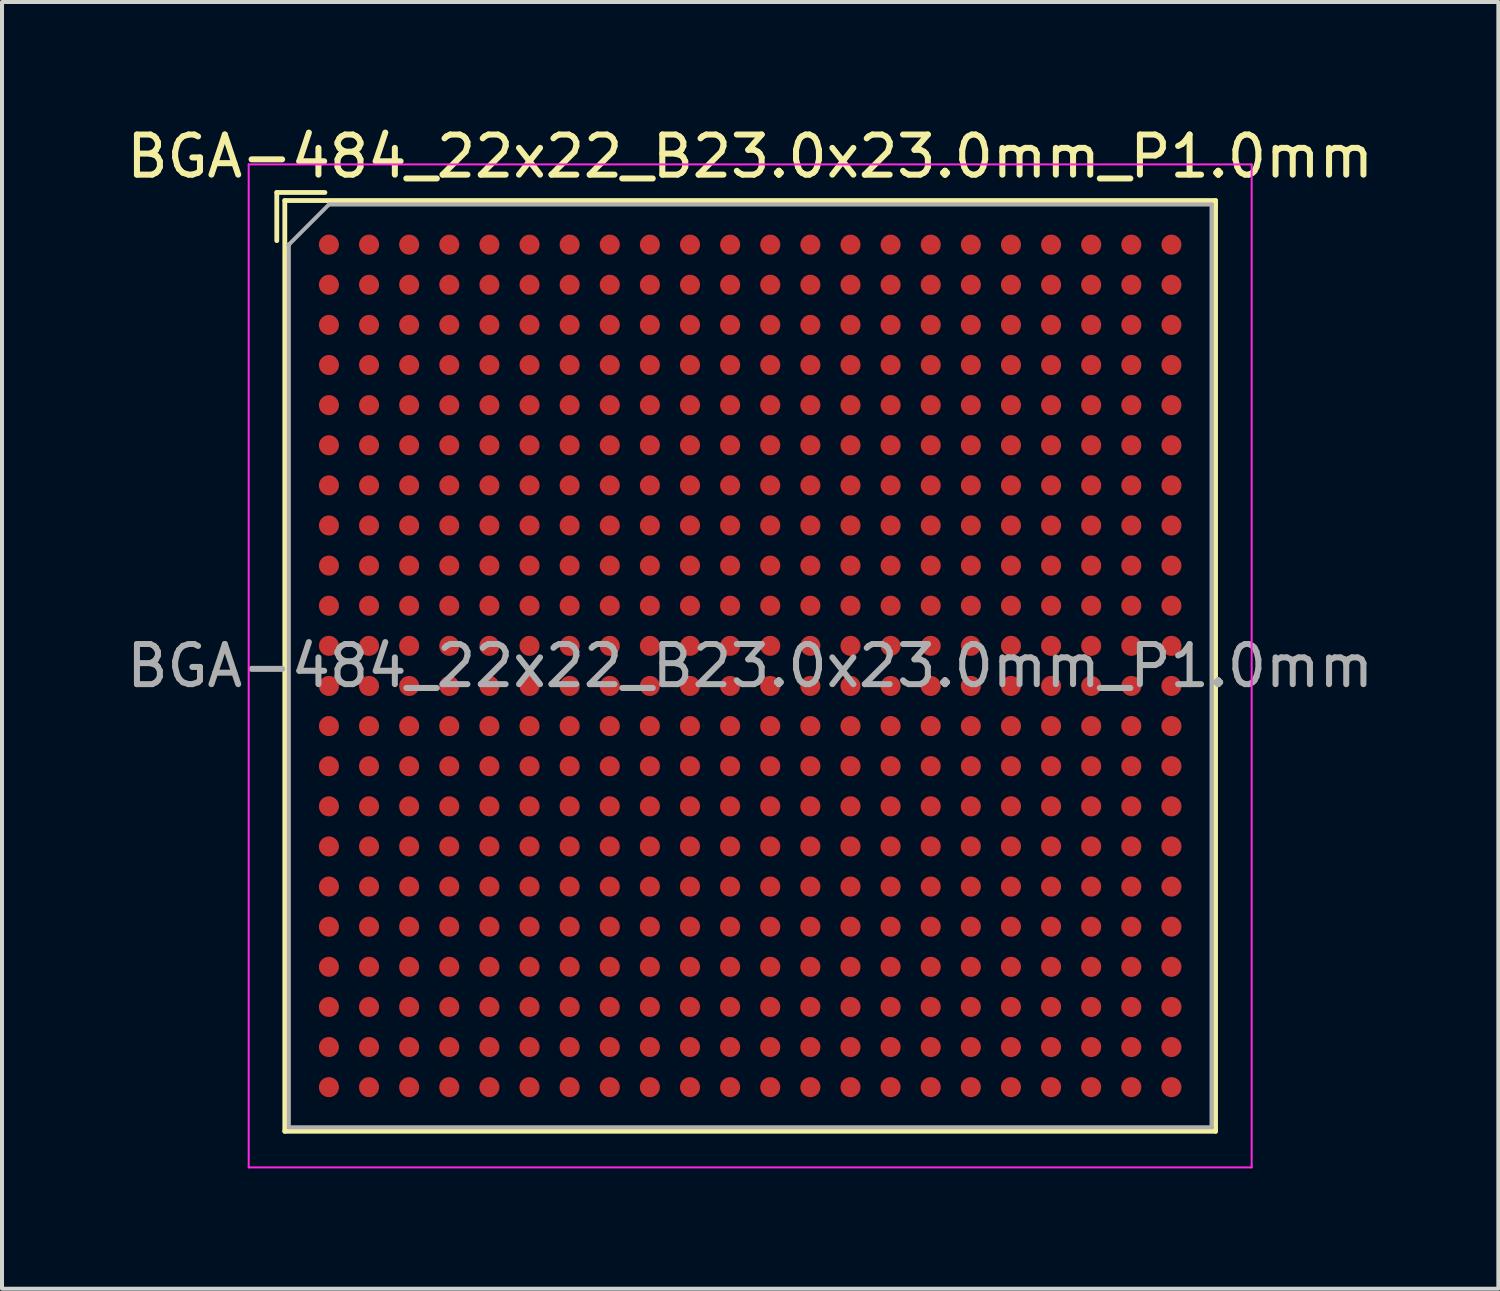
<source format=kicad_pcb>
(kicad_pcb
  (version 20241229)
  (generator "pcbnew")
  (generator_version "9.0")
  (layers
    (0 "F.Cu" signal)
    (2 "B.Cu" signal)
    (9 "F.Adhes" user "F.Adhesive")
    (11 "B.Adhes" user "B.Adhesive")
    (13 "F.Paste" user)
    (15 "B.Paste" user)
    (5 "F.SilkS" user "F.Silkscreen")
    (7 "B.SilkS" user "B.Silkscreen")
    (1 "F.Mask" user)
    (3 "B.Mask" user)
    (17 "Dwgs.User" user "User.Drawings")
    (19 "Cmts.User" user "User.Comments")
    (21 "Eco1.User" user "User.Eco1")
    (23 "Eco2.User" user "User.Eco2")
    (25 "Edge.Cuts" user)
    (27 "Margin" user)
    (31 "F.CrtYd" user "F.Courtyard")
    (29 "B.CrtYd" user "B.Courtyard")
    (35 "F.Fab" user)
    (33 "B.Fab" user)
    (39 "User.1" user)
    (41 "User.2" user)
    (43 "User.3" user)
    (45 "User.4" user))
  (footprint "BGA-484_22x22_B23.0x23.0mm_P1.0mm"
    (layer "F.Cu")
    (at 15.649 13.548)
    (property "Reference" "BGA-484_22x22_B23.0x23.0mm_P1.0mm" (at 0 -12.7 0) (layer "F.SilkS") (effects (font (size 1 1) (thickness 0.15))))
    (attr smd)
    (fp_line (start -11.8 -11.8) (end -11.8 -10.6) (stroke (width 0.12) (type solid)) (layer "F.SilkS"))
    (fp_line (start -11.6 -11.6) (end 11.6 -11.6) (stroke (width 0.12) (type solid)) (layer "F.SilkS"))
    (fp_line (start -11.6 11.6) (end -11.6 -11.6) (stroke (width 0.12) (type solid)) (layer "F.SilkS"))
    (fp_line (start -10.6 -11.8) (end -11.8 -11.8) (stroke (width 0.12) (type solid)) (layer "F.SilkS"))
    (fp_line (start 11.6 -11.6) (end 11.6 11.6) (stroke (width 0.12) (type solid)) (layer "F.SilkS"))
    (fp_line (start 11.6 11.6) (end -11.6 11.6) (stroke (width 0.12) (type solid)) (layer "F.SilkS"))
    (fp_line (start -12.5 -12.5) (end -12.5 12.5) (stroke (width 0.05) (type solid)) (layer "F.CrtYd"))
    (fp_line (start -12.5 -12.5) (end 12.5 -12.5) (stroke (width 0.05) (type solid)) (layer "F.CrtYd"))
    (fp_line (start 12.5 12.5) (end -12.5 12.5) (stroke (width 0.05) (type solid)) (layer "F.CrtYd"))
    (fp_line (start 12.5 12.5) (end 12.5 -12.5) (stroke (width 0.05) (type solid)) (layer "F.CrtYd"))
    (fp_line (start -11.5 -10.5) (end -11.5 -10.5) (stroke (width 0.12) (type solid)) (layer "F.Fab"))
    (fp_line (start -11.5 11.5) (end -11.5 -10.5) (stroke (width 0.1) (type solid)) (layer "F.Fab"))
    (fp_line (start -10.5 -11.5) (end -11.5 -10.5) (stroke (width 0.1) (type solid)) (layer "F.Fab"))
    (fp_line (start -10.5 -11.5) (end 11.5 -11.5) (stroke (width 0.1) (type solid)) (layer "F.Fab"))
    (fp_line (start 11.5 -11.5) (end 11.5 11.5) (stroke (width 0.1) (type solid)) (layer "F.Fab"))
    (fp_line (start 11.5 11.5) (end -11.5 11.5) (stroke (width 0.1) (type solid)) (layer "F.Fab"))
    (fp_text user "${REFERENCE}" (at 0 0 0) (layer "F.Fab") (effects (font (size 1 1) (thickness 0.15))))
    (pad "A1" smd circle (at -10.5 -10.5) (size 0.5 0.5) (layers "F.Cu" "F.Mask" "F.Paste"))
    (pad "A2" smd circle (at -9.5 -10.5) (size 0.5 0.5) (layers "F.Cu" "F.Mask" "F.Paste"))
    (pad "A3" smd circle (at -8.5 -10.5) (size 0.5 0.5) (layers "F.Cu" "F.Mask" "F.Paste"))
    (pad "A4" smd circle (at -7.5 -10.5) (size 0.5 0.5) (layers "F.Cu" "F.Mask" "F.Paste"))
    (pad "A5" smd circle (at -6.5 -10.5) (size 0.5 0.5) (layers "F.Cu" "F.Mask" "F.Paste"))
    (pad "A6" smd circle (at -5.5 -10.5) (size 0.5 0.5) (layers "F.Cu" "F.Mask" "F.Paste"))
    (pad "A7" smd circle (at -4.5 -10.5) (size 0.5 0.5) (layers "F.Cu" "F.Mask" "F.Paste"))
    (pad "A8" smd circle (at -3.5 -10.5) (size 0.5 0.5) (layers "F.Cu" "F.Mask" "F.Paste"))
    (pad "A9" smd circle (at -2.5 -10.5) (size 0.5 0.5) (layers "F.Cu" "F.Mask" "F.Paste"))
    (pad "A10" smd circle (at -1.5 -10.5) (size 0.5 0.5) (layers "F.Cu" "F.Mask" "F.Paste"))
    (pad "A11" smd circle (at -0.5 -10.5) (size 0.5 0.5) (layers "F.Cu" "F.Mask" "F.Paste"))
    (pad "A12" smd circle (at 0.5 -10.5) (size 0.5 0.5) (layers "F.Cu" "F.Mask" "F.Paste"))
    (pad "A13" smd circle (at 1.5 -10.5) (size 0.5 0.5) (layers "F.Cu" "F.Mask" "F.Paste"))
    (pad "A14" smd circle (at 2.5 -10.5) (size 0.5 0.5) (layers "F.Cu" "F.Mask" "F.Paste"))
    (pad "A15" smd circle (at 3.5 -10.5) (size 0.5 0.5) (layers "F.Cu" "F.Mask" "F.Paste"))
    (pad "A16" smd circle (at 4.5 -10.5) (size 0.5 0.5) (layers "F.Cu" "F.Mask" "F.Paste"))
    (pad "A17" smd circle (at 5.5 -10.5) (size 0.5 0.5) (layers "F.Cu" "F.Mask" "F.Paste"))
    (pad "A18" smd circle (at 6.5 -10.5) (size 0.5 0.5) (layers "F.Cu" "F.Mask" "F.Paste"))
    (pad "A19" smd circle (at 7.5 -10.5) (size 0.5 0.5) (layers "F.Cu" "F.Mask" "F.Paste"))
    (pad "A20" smd circle (at 8.5 -10.5) (size 0.5 0.5) (layers "F.Cu" "F.Mask" "F.Paste"))
    (pad "A21" smd circle (at 9.5 -10.5) (size 0.5 0.5) (layers "F.Cu" "F.Mask" "F.Paste"))
    (pad "A22" smd circle (at 10.5 -10.5) (size 0.5 0.5) (layers "F.Cu" "F.Mask" "F.Paste"))
    (pad "AA1" smd circle (at -10.5 9.5) (size 0.5 0.5) (layers "F.Cu" "F.Mask" "F.Paste"))
    (pad "AA2" smd circle (at -9.5 9.5) (size 0.5 0.5) (layers "F.Cu" "F.Mask" "F.Paste"))
    (pad "AA3" smd circle (at -8.5 9.5) (size 0.5 0.5) (layers "F.Cu" "F.Mask" "F.Paste"))
    (pad "AA4" smd circle (at -7.5 9.5) (size 0.5 0.5) (layers "F.Cu" "F.Mask" "F.Paste"))
    (pad "AA5" smd circle (at -6.5 9.5) (size 0.5 0.5) (layers "F.Cu" "F.Mask" "F.Paste"))
    (pad "AA6" smd circle (at -5.5 9.5) (size 0.5 0.5) (layers "F.Cu" "F.Mask" "F.Paste"))
    (pad "AA7" smd circle (at -4.5 9.5) (size 0.5 0.5) (layers "F.Cu" "F.Mask" "F.Paste"))
    (pad "AA8" smd circle (at -3.5 9.5) (size 0.5 0.5) (layers "F.Cu" "F.Mask" "F.Paste"))
    (pad "AA9" smd circle (at -2.5 9.5) (size 0.5 0.5) (layers "F.Cu" "F.Mask" "F.Paste"))
    (pad "AA10" smd circle (at -1.5 9.5) (size 0.5 0.5) (layers "F.Cu" "F.Mask" "F.Paste"))
    (pad "AA11" smd circle (at -0.5 9.5) (size 0.5 0.5) (layers "F.Cu" "F.Mask" "F.Paste"))
    (pad "AA12" smd circle (at 0.5 9.5) (size 0.5 0.5) (layers "F.Cu" "F.Mask" "F.Paste"))
    (pad "AA13" smd circle (at 1.5 9.5) (size 0.5 0.5) (layers "F.Cu" "F.Mask" "F.Paste"))
    (pad "AA14" smd circle (at 2.5 9.5) (size 0.5 0.5) (layers "F.Cu" "F.Mask" "F.Paste"))
    (pad "AA15" smd circle (at 3.5 9.5) (size 0.5 0.5) (layers "F.Cu" "F.Mask" "F.Paste"))
    (pad "AA16" smd circle (at 4.5 9.5) (size 0.5 0.5) (layers "F.Cu" "F.Mask" "F.Paste"))
    (pad "AA17" smd circle (at 5.5 9.5) (size 0.5 0.5) (layers "F.Cu" "F.Mask" "F.Paste"))
    (pad "AA18" smd circle (at 6.5 9.5) (size 0.5 0.5) (layers "F.Cu" "F.Mask" "F.Paste"))
    (pad "AA19" smd circle (at 7.5 9.5) (size 0.5 0.5) (layers "F.Cu" "F.Mask" "F.Paste"))
    (pad "AA20" smd circle (at 8.5 9.5) (size 0.5 0.5) (layers "F.Cu" "F.Mask" "F.Paste"))
    (pad "AA21" smd circle (at 9.5 9.5) (size 0.5 0.5) (layers "F.Cu" "F.Mask" "F.Paste"))
    (pad "AA22" smd circle (at 10.5 9.5) (size 0.5 0.5) (layers "F.Cu" "F.Mask" "F.Paste"))
    (pad "AB1" smd circle (at -10.5 10.5) (size 0.5 0.5) (layers "F.Cu" "F.Mask" "F.Paste"))
    (pad "AB2" smd circle (at -9.5 10.5) (size 0.5 0.5) (layers "F.Cu" "F.Mask" "F.Paste"))
    (pad "AB3" smd circle (at -8.5 10.5) (size 0.5 0.5) (layers "F.Cu" "F.Mask" "F.Paste"))
    (pad "AB4" smd circle (at -7.5 10.5) (size 0.5 0.5) (layers "F.Cu" "F.Mask" "F.Paste"))
    (pad "AB5" smd circle (at -6.5 10.5) (size 0.5 0.5) (layers "F.Cu" "F.Mask" "F.Paste"))
    (pad "AB6" smd circle (at -5.5 10.5) (size 0.5 0.5) (layers "F.Cu" "F.Mask" "F.Paste"))
    (pad "AB7" smd circle (at -4.5 10.5) (size 0.5 0.5) (layers "F.Cu" "F.Mask" "F.Paste"))
    (pad "AB8" smd circle (at -3.5 10.5) (size 0.5 0.5) (layers "F.Cu" "F.Mask" "F.Paste"))
    (pad "AB9" smd circle (at -2.5 10.5) (size 0.5 0.5) (layers "F.Cu" "F.Mask" "F.Paste"))
    (pad "AB10" smd circle (at -1.5 10.5) (size 0.5 0.5) (layers "F.Cu" "F.Mask" "F.Paste"))
    (pad "AB11" smd circle (at -0.5 10.5) (size 0.5 0.5) (layers "F.Cu" "F.Mask" "F.Paste"))
    (pad "AB12" smd circle (at 0.5 10.5) (size 0.5 0.5) (layers "F.Cu" "F.Mask" "F.Paste"))
    (pad "AB13" smd circle (at 1.5 10.5) (size 0.5 0.5) (layers "F.Cu" "F.Mask" "F.Paste"))
    (pad "AB14" smd circle (at 2.5 10.5) (size 0.5 0.5) (layers "F.Cu" "F.Mask" "F.Paste"))
    (pad "AB15" smd circle (at 3.5 10.5) (size 0.5 0.5) (layers "F.Cu" "F.Mask" "F.Paste"))
    (pad "AB16" smd circle (at 4.5 10.5) (size 0.5 0.5) (layers "F.Cu" "F.Mask" "F.Paste"))
    (pad "AB17" smd circle (at 5.5 10.5) (size 0.5 0.5) (layers "F.Cu" "F.Mask" "F.Paste"))
    (pad "AB18" smd circle (at 6.5 10.5) (size 0.5 0.5) (layers "F.Cu" "F.Mask" "F.Paste"))
    (pad "AB19" smd circle (at 7.5 10.5) (size 0.5 0.5) (layers "F.Cu" "F.Mask" "F.Paste"))
    (pad "AB20" smd circle (at 8.5 10.5) (size 0.5 0.5) (layers "F.Cu" "F.Mask" "F.Paste"))
    (pad "AB21" smd circle (at 9.5 10.5) (size 0.5 0.5) (layers "F.Cu" "F.Mask" "F.Paste"))
    (pad "AB22" smd circle (at 10.5 10.5) (size 0.5 0.5) (layers "F.Cu" "F.Mask" "F.Paste"))
    (pad "B1" smd circle (at -10.5 -9.5) (size 0.5 0.5) (layers "F.Cu" "F.Mask" "F.Paste"))
    (pad "B2" smd circle (at -9.5 -9.5) (size 0.5 0.5) (layers "F.Cu" "F.Mask" "F.Paste"))
    (pad "B3" smd circle (at -8.5 -9.5) (size 0.5 0.5) (layers "F.Cu" "F.Mask" "F.Paste"))
    (pad "B4" smd circle (at -7.5 -9.5) (size 0.5 0.5) (layers "F.Cu" "F.Mask" "F.Paste"))
    (pad "B5" smd circle (at -6.5 -9.5) (size 0.5 0.5) (layers "F.Cu" "F.Mask" "F.Paste"))
    (pad "B6" smd circle (at -5.5 -9.5) (size 0.5 0.5) (layers "F.Cu" "F.Mask" "F.Paste"))
    (pad "B7" smd circle (at -4.5 -9.5) (size 0.5 0.5) (layers "F.Cu" "F.Mask" "F.Paste"))
    (pad "B8" smd circle (at -3.5 -9.5) (size 0.5 0.5) (layers "F.Cu" "F.Mask" "F.Paste"))
    (pad "B9" smd circle (at -2.5 -9.5) (size 0.5 0.5) (layers "F.Cu" "F.Mask" "F.Paste"))
    (pad "B10" smd circle (at -1.5 -9.5) (size 0.5 0.5) (layers "F.Cu" "F.Mask" "F.Paste"))
    (pad "B11" smd circle (at -0.5 -9.5) (size 0.5 0.5) (layers "F.Cu" "F.Mask" "F.Paste"))
    (pad "B12" smd circle (at 0.5 -9.5) (size 0.5 0.5) (layers "F.Cu" "F.Mask" "F.Paste"))
    (pad "B13" smd circle (at 1.5 -9.5) (size 0.5 0.5) (layers "F.Cu" "F.Mask" "F.Paste"))
    (pad "B14" smd circle (at 2.5 -9.5) (size 0.5 0.5) (layers "F.Cu" "F.Mask" "F.Paste"))
    (pad "B15" smd circle (at 3.5 -9.5) (size 0.5 0.5) (layers "F.Cu" "F.Mask" "F.Paste"))
    (pad "B16" smd circle (at 4.5 -9.5) (size 0.5 0.5) (layers "F.Cu" "F.Mask" "F.Paste"))
    (pad "B17" smd circle (at 5.5 -9.5) (size 0.5 0.5) (layers "F.Cu" "F.Mask" "F.Paste"))
    (pad "B18" smd circle (at 6.5 -9.5) (size 0.5 0.5) (layers "F.Cu" "F.Mask" "F.Paste"))
    (pad "B19" smd circle (at 7.5 -9.5) (size 0.5 0.5) (layers "F.Cu" "F.Mask" "F.Paste"))
    (pad "B20" smd circle (at 8.5 -9.5) (size 0.5 0.5) (layers "F.Cu" "F.Mask" "F.Paste"))
    (pad "B21" smd circle (at 9.5 -9.5) (size 0.5 0.5) (layers "F.Cu" "F.Mask" "F.Paste"))
    (pad "B22" smd circle (at 10.5 -9.5) (size 0.5 0.5) (layers "F.Cu" "F.Mask" "F.Paste"))
    (pad "C1" smd circle (at -10.5 -8.5) (size 0.5 0.5) (layers "F.Cu" "F.Mask" "F.Paste"))
    (pad "C2" smd circle (at -9.5 -8.5) (size 0.5 0.5) (layers "F.Cu" "F.Mask" "F.Paste"))
    (pad "C3" smd circle (at -8.5 -8.5) (size 0.5 0.5) (layers "F.Cu" "F.Mask" "F.Paste"))
    (pad "C4" smd circle (at -7.5 -8.5) (size 0.5 0.5) (layers "F.Cu" "F.Mask" "F.Paste"))
    (pad "C5" smd circle (at -6.5 -8.5) (size 0.5 0.5) (layers "F.Cu" "F.Mask" "F.Paste"))
    (pad "C6" smd circle (at -5.5 -8.5) (size 0.5 0.5) (layers "F.Cu" "F.Mask" "F.Paste"))
    (pad "C7" smd circle (at -4.5 -8.5) (size 0.5 0.5) (layers "F.Cu" "F.Mask" "F.Paste"))
    (pad "C8" smd circle (at -3.5 -8.5) (size 0.5 0.5) (layers "F.Cu" "F.Mask" "F.Paste"))
    (pad "C9" smd circle (at -2.5 -8.5) (size 0.5 0.5) (layers "F.Cu" "F.Mask" "F.Paste"))
    (pad "C10" smd circle (at -1.5 -8.5) (size 0.5 0.5) (layers "F.Cu" "F.Mask" "F.Paste"))
    (pad "C11" smd circle (at -0.5 -8.5) (size 0.5 0.5) (layers "F.Cu" "F.Mask" "F.Paste"))
    (pad "C12" smd circle (at 0.5 -8.5) (size 0.5 0.5) (layers "F.Cu" "F.Mask" "F.Paste"))
    (pad "C13" smd circle (at 1.5 -8.5) (size 0.5 0.5) (layers "F.Cu" "F.Mask" "F.Paste"))
    (pad "C14" smd circle (at 2.5 -8.5) (size 0.5 0.5) (layers "F.Cu" "F.Mask" "F.Paste"))
    (pad "C15" smd circle (at 3.5 -8.5) (size 0.5 0.5) (layers "F.Cu" "F.Mask" "F.Paste"))
    (pad "C16" smd circle (at 4.5 -8.5) (size 0.5 0.5) (layers "F.Cu" "F.Mask" "F.Paste"))
    (pad "C17" smd circle (at 5.5 -8.5) (size 0.5 0.5) (layers "F.Cu" "F.Mask" "F.Paste"))
    (pad "C18" smd circle (at 6.5 -8.5) (size 0.5 0.5) (layers "F.Cu" "F.Mask" "F.Paste"))
    (pad "C19" smd circle (at 7.5 -8.5) (size 0.5 0.5) (layers "F.Cu" "F.Mask" "F.Paste"))
    (pad "C20" smd circle (at 8.5 -8.5) (size 0.5 0.5) (layers "F.Cu" "F.Mask" "F.Paste"))
    (pad "C21" smd circle (at 9.5 -8.5) (size 0.5 0.5) (layers "F.Cu" "F.Mask" "F.Paste"))
    (pad "C22" smd circle (at 10.5 -8.5) (size 0.5 0.5) (layers "F.Cu" "F.Mask" "F.Paste"))
    (pad "D1" smd circle (at -10.5 -7.5) (size 0.5 0.5) (layers "F.Cu" "F.Mask" "F.Paste"))
    (pad "D2" smd circle (at -9.5 -7.5) (size 0.5 0.5) (layers "F.Cu" "F.Mask" "F.Paste"))
    (pad "D3" smd circle (at -8.5 -7.5) (size 0.5 0.5) (layers "F.Cu" "F.Mask" "F.Paste"))
    (pad "D4" smd circle (at -7.5 -7.5) (size 0.5 0.5) (layers "F.Cu" "F.Mask" "F.Paste"))
    (pad "D5" smd circle (at -6.5 -7.5) (size 0.5 0.5) (layers "F.Cu" "F.Mask" "F.Paste"))
    (pad "D6" smd circle (at -5.5 -7.5) (size 0.5 0.5) (layers "F.Cu" "F.Mask" "F.Paste"))
    (pad "D7" smd circle (at -4.5 -7.5) (size 0.5 0.5) (layers "F.Cu" "F.Mask" "F.Paste"))
    (pad "D8" smd circle (at -3.5 -7.5) (size 0.5 0.5) (layers "F.Cu" "F.Mask" "F.Paste"))
    (pad "D9" smd circle (at -2.5 -7.5) (size 0.5 0.5) (layers "F.Cu" "F.Mask" "F.Paste"))
    (pad "D10" smd circle (at -1.5 -7.5) (size 0.5 0.5) (layers "F.Cu" "F.Mask" "F.Paste"))
    (pad "D11" smd circle (at -0.5 -7.5) (size 0.5 0.5) (layers "F.Cu" "F.Mask" "F.Paste"))
    (pad "D12" smd circle (at 0.5 -7.5) (size 0.5 0.5) (layers "F.Cu" "F.Mask" "F.Paste"))
    (pad "D13" smd circle (at 1.5 -7.5) (size 0.5 0.5) (layers "F.Cu" "F.Mask" "F.Paste"))
    (pad "D14" smd circle (at 2.5 -7.5) (size 0.5 0.5) (layers "F.Cu" "F.Mask" "F.Paste"))
    (pad "D15" smd circle (at 3.5 -7.5) (size 0.5 0.5) (layers "F.Cu" "F.Mask" "F.Paste"))
    (pad "D16" smd circle (at 4.5 -7.5) (size 0.5 0.5) (layers "F.Cu" "F.Mask" "F.Paste"))
    (pad "D17" smd circle (at 5.5 -7.5) (size 0.5 0.5) (layers "F.Cu" "F.Mask" "F.Paste"))
    (pad "D18" smd circle (at 6.5 -7.5) (size 0.5 0.5) (layers "F.Cu" "F.Mask" "F.Paste"))
    (pad "D19" smd circle (at 7.5 -7.5) (size 0.5 0.5) (layers "F.Cu" "F.Mask" "F.Paste"))
    (pad "D20" smd circle (at 8.5 -7.5) (size 0.5 0.5) (layers "F.Cu" "F.Mask" "F.Paste"))
    (pad "D21" smd circle (at 9.5 -7.5) (size 0.5 0.5) (layers "F.Cu" "F.Mask" "F.Paste"))
    (pad "D22" smd circle (at 10.5 -7.5) (size 0.5 0.5) (layers "F.Cu" "F.Mask" "F.Paste"))
    (pad "E1" smd circle (at -10.5 -6.5) (size 0.5 0.5) (layers "F.Cu" "F.Mask" "F.Paste"))
    (pad "E2" smd circle (at -9.5 -6.5) (size 0.5 0.5) (layers "F.Cu" "F.Mask" "F.Paste"))
    (pad "E3" smd circle (at -8.5 -6.5) (size 0.5 0.5) (layers "F.Cu" "F.Mask" "F.Paste"))
    (pad "E4" smd circle (at -7.5 -6.5) (size 0.5 0.5) (layers "F.Cu" "F.Mask" "F.Paste"))
    (pad "E5" smd circle (at -6.5 -6.5) (size 0.5 0.5) (layers "F.Cu" "F.Mask" "F.Paste"))
    (pad "E6" smd circle (at -5.5 -6.5) (size 0.5 0.5) (layers "F.Cu" "F.Mask" "F.Paste"))
    (pad "E7" smd circle (at -4.5 -6.5) (size 0.5 0.5) (layers "F.Cu" "F.Mask" "F.Paste"))
    (pad "E8" smd circle (at -3.5 -6.5) (size 0.5 0.5) (layers "F.Cu" "F.Mask" "F.Paste"))
    (pad "E9" smd circle (at -2.5 -6.5) (size 0.5 0.5) (layers "F.Cu" "F.Mask" "F.Paste"))
    (pad "E10" smd circle (at -1.5 -6.5) (size 0.5 0.5) (layers "F.Cu" "F.Mask" "F.Paste"))
    (pad "E11" smd circle (at -0.5 -6.5) (size 0.5 0.5) (layers "F.Cu" "F.Mask" "F.Paste"))
    (pad "E12" smd circle (at 0.5 -6.5) (size 0.5 0.5) (layers "F.Cu" "F.Mask" "F.Paste"))
    (pad "E13" smd circle (at 1.5 -6.5) (size 0.5 0.5) (layers "F.Cu" "F.Mask" "F.Paste"))
    (pad "E14" smd circle (at 2.5 -6.5) (size 0.5 0.5) (layers "F.Cu" "F.Mask" "F.Paste"))
    (pad "E15" smd circle (at 3.5 -6.5) (size 0.5 0.5) (layers "F.Cu" "F.Mask" "F.Paste"))
    (pad "E16" smd circle (at 4.5 -6.5) (size 0.5 0.5) (layers "F.Cu" "F.Mask" "F.Paste"))
    (pad "E17" smd circle (at 5.5 -6.5) (size 0.5 0.5) (layers "F.Cu" "F.Mask" "F.Paste"))
    (pad "E18" smd circle (at 6.5 -6.5) (size 0.5 0.5) (layers "F.Cu" "F.Mask" "F.Paste"))
    (pad "E19" smd circle (at 7.5 -6.5) (size 0.5 0.5) (layers "F.Cu" "F.Mask" "F.Paste"))
    (pad "E20" smd circle (at 8.5 -6.5) (size 0.5 0.5) (layers "F.Cu" "F.Mask" "F.Paste"))
    (pad "E21" smd circle (at 9.5 -6.5) (size 0.5 0.5) (layers "F.Cu" "F.Mask" "F.Paste"))
    (pad "E22" smd circle (at 10.5 -6.5) (size 0.5 0.5) (layers "F.Cu" "F.Mask" "F.Paste"))
    (pad "F1" smd circle (at -10.5 -5.5) (size 0.5 0.5) (layers "F.Cu" "F.Mask" "F.Paste"))
    (pad "F2" smd circle (at -9.5 -5.5) (size 0.5 0.5) (layers "F.Cu" "F.Mask" "F.Paste"))
    (pad "F3" smd circle (at -8.5 -5.5) (size 0.5 0.5) (layers "F.Cu" "F.Mask" "F.Paste"))
    (pad "F4" smd circle (at -7.5 -5.5) (size 0.5 0.5) (layers "F.Cu" "F.Mask" "F.Paste"))
    (pad "F5" smd circle (at -6.5 -5.5) (size 0.5 0.5) (layers "F.Cu" "F.Mask" "F.Paste"))
    (pad "F6" smd circle (at -5.5 -5.5) (size 0.5 0.5) (layers "F.Cu" "F.Mask" "F.Paste"))
    (pad "F7" smd circle (at -4.5 -5.5) (size 0.5 0.5) (layers "F.Cu" "F.Mask" "F.Paste"))
    (pad "F8" smd circle (at -3.5 -5.5) (size 0.5 0.5) (layers "F.Cu" "F.Mask" "F.Paste"))
    (pad "F9" smd circle (at -2.5 -5.5) (size 0.5 0.5) (layers "F.Cu" "F.Mask" "F.Paste"))
    (pad "F10" smd circle (at -1.5 -5.5) (size 0.5 0.5) (layers "F.Cu" "F.Mask" "F.Paste"))
    (pad "F11" smd circle (at -0.5 -5.5) (size 0.5 0.5) (layers "F.Cu" "F.Mask" "F.Paste"))
    (pad "F12" smd circle (at 0.5 -5.5) (size 0.5 0.5) (layers "F.Cu" "F.Mask" "F.Paste"))
    (pad "F13" smd circle (at 1.5 -5.5) (size 0.5 0.5) (layers "F.Cu" "F.Mask" "F.Paste"))
    (pad "F14" smd circle (at 2.5 -5.5) (size 0.5 0.5) (layers "F.Cu" "F.Mask" "F.Paste"))
    (pad "F15" smd circle (at 3.5 -5.5) (size 0.5 0.5) (layers "F.Cu" "F.Mask" "F.Paste"))
    (pad "F16" smd circle (at 4.5 -5.5) (size 0.5 0.5) (layers "F.Cu" "F.Mask" "F.Paste"))
    (pad "F17" smd circle (at 5.5 -5.5) (size 0.5 0.5) (layers "F.Cu" "F.Mask" "F.Paste"))
    (pad "F18" smd circle (at 6.5 -5.5) (size 0.5 0.5) (layers "F.Cu" "F.Mask" "F.Paste"))
    (pad "F19" smd circle (at 7.5 -5.5) (size 0.5 0.5) (layers "F.Cu" "F.Mask" "F.Paste"))
    (pad "F20" smd circle (at 8.5 -5.5) (size 0.5 0.5) (layers "F.Cu" "F.Mask" "F.Paste"))
    (pad "F21" smd circle (at 9.5 -5.5) (size 0.5 0.5) (layers "F.Cu" "F.Mask" "F.Paste"))
    (pad "F22" smd circle (at 10.5 -5.5) (size 0.5 0.5) (layers "F.Cu" "F.Mask" "F.Paste"))
    (pad "G1" smd circle (at -10.5 -4.5) (size 0.5 0.5) (layers "F.Cu" "F.Mask" "F.Paste"))
    (pad "G2" smd circle (at -9.5 -4.5) (size 0.5 0.5) (layers "F.Cu" "F.Mask" "F.Paste"))
    (pad "G3" smd circle (at -8.5 -4.5) (size 0.5 0.5) (layers "F.Cu" "F.Mask" "F.Paste"))
    (pad "G4" smd circle (at -7.5 -4.5) (size 0.5 0.5) (layers "F.Cu" "F.Mask" "F.Paste"))
    (pad "G5" smd circle (at -6.5 -4.5) (size 0.5 0.5) (layers "F.Cu" "F.Mask" "F.Paste"))
    (pad "G6" smd circle (at -5.5 -4.5) (size 0.5 0.5) (layers "F.Cu" "F.Mask" "F.Paste"))
    (pad "G7" smd circle (at -4.5 -4.5) (size 0.5 0.5) (layers "F.Cu" "F.Mask" "F.Paste"))
    (pad "G8" smd circle (at -3.5 -4.5) (size 0.5 0.5) (layers "F.Cu" "F.Mask" "F.Paste"))
    (pad "G9" smd circle (at -2.5 -4.5) (size 0.5 0.5) (layers "F.Cu" "F.Mask" "F.Paste"))
    (pad "G10" smd circle (at -1.5 -4.5) (size 0.5 0.5) (layers "F.Cu" "F.Mask" "F.Paste"))
    (pad "G11" smd circle (at -0.5 -4.5) (size 0.5 0.5) (layers "F.Cu" "F.Mask" "F.Paste"))
    (pad "G12" smd circle (at 0.5 -4.5) (size 0.5 0.5) (layers "F.Cu" "F.Mask" "F.Paste"))
    (pad "G13" smd circle (at 1.5 -4.5) (size 0.5 0.5) (layers "F.Cu" "F.Mask" "F.Paste"))
    (pad "G14" smd circle (at 2.5 -4.5) (size 0.5 0.5) (layers "F.Cu" "F.Mask" "F.Paste"))
    (pad "G15" smd circle (at 3.5 -4.5) (size 0.5 0.5) (layers "F.Cu" "F.Mask" "F.Paste"))
    (pad "G16" smd circle (at 4.5 -4.5) (size 0.5 0.5) (layers "F.Cu" "F.Mask" "F.Paste"))
    (pad "G17" smd circle (at 5.5 -4.5) (size 0.5 0.5) (layers "F.Cu" "F.Mask" "F.Paste"))
    (pad "G18" smd circle (at 6.5 -4.5) (size 0.5 0.5) (layers "F.Cu" "F.Mask" "F.Paste"))
    (pad "G19" smd circle (at 7.5 -4.5) (size 0.5 0.5) (layers "F.Cu" "F.Mask" "F.Paste"))
    (pad "G20" smd circle (at 8.5 -4.5) (size 0.5 0.5) (layers "F.Cu" "F.Mask" "F.Paste"))
    (pad "G21" smd circle (at 9.5 -4.5) (size 0.5 0.5) (layers "F.Cu" "F.Mask" "F.Paste"))
    (pad "G22" smd circle (at 10.5 -4.5) (size 0.5 0.5) (layers "F.Cu" "F.Mask" "F.Paste"))
    (pad "H1" smd circle (at -10.5 -3.5) (size 0.5 0.5) (layers "F.Cu" "F.Mask" "F.Paste"))
    (pad "H2" smd circle (at -9.5 -3.5) (size 0.5 0.5) (layers "F.Cu" "F.Mask" "F.Paste"))
    (pad "H3" smd circle (at -8.5 -3.5) (size 0.5 0.5) (layers "F.Cu" "F.Mask" "F.Paste"))
    (pad "H4" smd circle (at -7.5 -3.5) (size 0.5 0.5) (layers "F.Cu" "F.Mask" "F.Paste"))
    (pad "H5" smd circle (at -6.5 -3.5) (size 0.5 0.5) (layers "F.Cu" "F.Mask" "F.Paste"))
    (pad "H6" smd circle (at -5.5 -3.5) (size 0.5 0.5) (layers "F.Cu" "F.Mask" "F.Paste"))
    (pad "H7" smd circle (at -4.5 -3.5) (size 0.5 0.5) (layers "F.Cu" "F.Mask" "F.Paste"))
    (pad "H8" smd circle (at -3.5 -3.5) (size 0.5 0.5) (layers "F.Cu" "F.Mask" "F.Paste"))
    (pad "H9" smd circle (at -2.5 -3.5) (size 0.5 0.5) (layers "F.Cu" "F.Mask" "F.Paste"))
    (pad "H10" smd circle (at -1.5 -3.5) (size 0.5 0.5) (layers "F.Cu" "F.Mask" "F.Paste"))
    (pad "H11" smd circle (at -0.5 -3.5) (size 0.5 0.5) (layers "F.Cu" "F.Mask" "F.Paste"))
    (pad "H12" smd circle (at 0.5 -3.5) (size 0.5 0.5) (layers "F.Cu" "F.Mask" "F.Paste"))
    (pad "H13" smd circle (at 1.5 -3.5) (size 0.5 0.5) (layers "F.Cu" "F.Mask" "F.Paste"))
    (pad "H14" smd circle (at 2.5 -3.5) (size 0.5 0.5) (layers "F.Cu" "F.Mask" "F.Paste"))
    (pad "H15" smd circle (at 3.5 -3.5) (size 0.5 0.5) (layers "F.Cu" "F.Mask" "F.Paste"))
    (pad "H16" smd circle (at 4.5 -3.5) (size 0.5 0.5) (layers "F.Cu" "F.Mask" "F.Paste"))
    (pad "H17" smd circle (at 5.5 -3.5) (size 0.5 0.5) (layers "F.Cu" "F.Mask" "F.Paste"))
    (pad "H18" smd circle (at 6.5 -3.5) (size 0.5 0.5) (layers "F.Cu" "F.Mask" "F.Paste"))
    (pad "H19" smd circle (at 7.5 -3.5) (size 0.5 0.5) (layers "F.Cu" "F.Mask" "F.Paste"))
    (pad "H20" smd circle (at 8.5 -3.5) (size 0.5 0.5) (layers "F.Cu" "F.Mask" "F.Paste"))
    (pad "H21" smd circle (at 9.5 -3.5) (size 0.5 0.5) (layers "F.Cu" "F.Mask" "F.Paste"))
    (pad "H22" smd circle (at 10.5 -3.5) (size 0.5 0.5) (layers "F.Cu" "F.Mask" "F.Paste"))
    (pad "J1" smd circle (at -10.5 -2.5) (size 0.5 0.5) (layers "F.Cu" "F.Mask" "F.Paste"))
    (pad "J2" smd circle (at -9.5 -2.5) (size 0.5 0.5) (layers "F.Cu" "F.Mask" "F.Paste"))
    (pad "J3" smd circle (at -8.5 -2.5) (size 0.5 0.5) (layers "F.Cu" "F.Mask" "F.Paste"))
    (pad "J4" smd circle (at -7.5 -2.5) (size 0.5 0.5) (layers "F.Cu" "F.Mask" "F.Paste"))
    (pad "J5" smd circle (at -6.5 -2.5) (size 0.5 0.5) (layers "F.Cu" "F.Mask" "F.Paste"))
    (pad "J6" smd circle (at -5.5 -2.5) (size 0.5 0.5) (layers "F.Cu" "F.Mask" "F.Paste"))
    (pad "J7" smd circle (at -4.5 -2.5) (size 0.5 0.5) (layers "F.Cu" "F.Mask" "F.Paste"))
    (pad "J8" smd circle (at -3.5 -2.5) (size 0.5 0.5) (layers "F.Cu" "F.Mask" "F.Paste"))
    (pad "J9" smd circle (at -2.5 -2.5) (size 0.5 0.5) (layers "F.Cu" "F.Mask" "F.Paste"))
    (pad "J10" smd circle (at -1.5 -2.5) (size 0.5 0.5) (layers "F.Cu" "F.Mask" "F.Paste"))
    (pad "J11" smd circle (at -0.5 -2.5) (size 0.5 0.5) (layers "F.Cu" "F.Mask" "F.Paste"))
    (pad "J12" smd circle (at 0.5 -2.5) (size 0.5 0.5) (layers "F.Cu" "F.Mask" "F.Paste"))
    (pad "J13" smd circle (at 1.5 -2.5) (size 0.5 0.5) (layers "F.Cu" "F.Mask" "F.Paste"))
    (pad "J14" smd circle (at 2.5 -2.5) (size 0.5 0.5) (layers "F.Cu" "F.Mask" "F.Paste"))
    (pad "J15" smd circle (at 3.5 -2.5) (size 0.5 0.5) (layers "F.Cu" "F.Mask" "F.Paste"))
    (pad "J16" smd circle (at 4.5 -2.5) (size 0.5 0.5) (layers "F.Cu" "F.Mask" "F.Paste"))
    (pad "J17" smd circle (at 5.5 -2.5) (size 0.5 0.5) (layers "F.Cu" "F.Mask" "F.Paste"))
    (pad "J18" smd circle (at 6.5 -2.5) (size 0.5 0.5) (layers "F.Cu" "F.Mask" "F.Paste"))
    (pad "J19" smd circle (at 7.5 -2.5) (size 0.5 0.5) (layers "F.Cu" "F.Mask" "F.Paste"))
    (pad "J20" smd circle (at 8.5 -2.5) (size 0.5 0.5) (layers "F.Cu" "F.Mask" "F.Paste"))
    (pad "J21" smd circle (at 9.5 -2.5) (size 0.5 0.5) (layers "F.Cu" "F.Mask" "F.Paste"))
    (pad "J22" smd circle (at 10.5 -2.5) (size 0.5 0.5) (layers "F.Cu" "F.Mask" "F.Paste"))
    (pad "K1" smd circle (at -10.5 -1.5) (size 0.5 0.5) (layers "F.Cu" "F.Mask" "F.Paste"))
    (pad "K2" smd circle (at -9.5 -1.5) (size 0.5 0.5) (layers "F.Cu" "F.Mask" "F.Paste"))
    (pad "K3" smd circle (at -8.5 -1.5) (size 0.5 0.5) (layers "F.Cu" "F.Mask" "F.Paste"))
    (pad "K4" smd circle (at -7.5 -1.5) (size 0.5 0.5) (layers "F.Cu" "F.Mask" "F.Paste"))
    (pad "K5" smd circle (at -6.5 -1.5) (size 0.5 0.5) (layers "F.Cu" "F.Mask" "F.Paste"))
    (pad "K6" smd circle (at -5.5 -1.5) (size 0.5 0.5) (layers "F.Cu" "F.Mask" "F.Paste"))
    (pad "K7" smd circle (at -4.5 -1.5) (size 0.5 0.5) (layers "F.Cu" "F.Mask" "F.Paste"))
    (pad "K8" smd circle (at -3.5 -1.5) (size 0.5 0.5) (layers "F.Cu" "F.Mask" "F.Paste"))
    (pad "K9" smd circle (at -2.5 -1.5) (size 0.5 0.5) (layers "F.Cu" "F.Mask" "F.Paste"))
    (pad "K10" smd circle (at -1.5 -1.5) (size 0.5 0.5) (layers "F.Cu" "F.Mask" "F.Paste"))
    (pad "K11" smd circle (at -0.5 -1.5) (size 0.5 0.5) (layers "F.Cu" "F.Mask" "F.Paste"))
    (pad "K12" smd circle (at 0.5 -1.5) (size 0.5 0.5) (layers "F.Cu" "F.Mask" "F.Paste"))
    (pad "K13" smd circle (at 1.5 -1.5) (size 0.5 0.5) (layers "F.Cu" "F.Mask" "F.Paste"))
    (pad "K14" smd circle (at 2.5 -1.5) (size 0.5 0.5) (layers "F.Cu" "F.Mask" "F.Paste"))
    (pad "K15" smd circle (at 3.5 -1.5) (size 0.5 0.5) (layers "F.Cu" "F.Mask" "F.Paste"))
    (pad "K16" smd circle (at 4.5 -1.5) (size 0.5 0.5) (layers "F.Cu" "F.Mask" "F.Paste"))
    (pad "K17" smd circle (at 5.5 -1.5) (size 0.5 0.5) (layers "F.Cu" "F.Mask" "F.Paste"))
    (pad "K18" smd circle (at 6.5 -1.5) (size 0.5 0.5) (layers "F.Cu" "F.Mask" "F.Paste"))
    (pad "K19" smd circle (at 7.5 -1.5) (size 0.5 0.5) (layers "F.Cu" "F.Mask" "F.Paste"))
    (pad "K20" smd circle (at 8.5 -1.5) (size 0.5 0.5) (layers "F.Cu" "F.Mask" "F.Paste"))
    (pad "K21" smd circle (at 9.5 -1.5) (size 0.5 0.5) (layers "F.Cu" "F.Mask" "F.Paste"))
    (pad "K22" smd circle (at 10.5 -1.5) (size 0.5 0.5) (layers "F.Cu" "F.Mask" "F.Paste"))
    (pad "L1" smd circle (at -10.5 -0.5) (size 0.5 0.5) (layers "F.Cu" "F.Mask" "F.Paste"))
    (pad "L2" smd circle (at -9.5 -0.5) (size 0.5 0.5) (layers "F.Cu" "F.Mask" "F.Paste"))
    (pad "L3" smd circle (at -8.5 -0.5) (size 0.5 0.5) (layers "F.Cu" "F.Mask" "F.Paste"))
    (pad "L4" smd circle (at -7.5 -0.5) (size 0.5 0.5) (layers "F.Cu" "F.Mask" "F.Paste"))
    (pad "L5" smd circle (at -6.5 -0.5) (size 0.5 0.5) (layers "F.Cu" "F.Mask" "F.Paste"))
    (pad "L6" smd circle (at -5.5 -0.5) (size 0.5 0.5) (layers "F.Cu" "F.Mask" "F.Paste"))
    (pad "L7" smd circle (at -4.5 -0.5) (size 0.5 0.5) (layers "F.Cu" "F.Mask" "F.Paste"))
    (pad "L8" smd circle (at -3.5 -0.5) (size 0.5 0.5) (layers "F.Cu" "F.Mask" "F.Paste"))
    (pad "L9" smd circle (at -2.5 -0.5) (size 0.5 0.5) (layers "F.Cu" "F.Mask" "F.Paste"))
    (pad "L10" smd circle (at -1.5 -0.5) (size 0.5 0.5) (layers "F.Cu" "F.Mask" "F.Paste"))
    (pad "L11" smd circle (at -0.5 -0.5) (size 0.5 0.5) (layers "F.Cu" "F.Mask" "F.Paste"))
    (pad "L12" smd circle (at 0.5 -0.5) (size 0.5 0.5) (layers "F.Cu" "F.Mask" "F.Paste"))
    (pad "L13" smd circle (at 1.5 -0.5) (size 0.5 0.5) (layers "F.Cu" "F.Mask" "F.Paste"))
    (pad "L14" smd circle (at 2.5 -0.5) (size 0.5 0.5) (layers "F.Cu" "F.Mask" "F.Paste"))
    (pad "L15" smd circle (at 3.5 -0.5) (size 0.5 0.5) (layers "F.Cu" "F.Mask" "F.Paste"))
    (pad "L16" smd circle (at 4.5 -0.5) (size 0.5 0.5) (layers "F.Cu" "F.Mask" "F.Paste"))
    (pad "L17" smd circle (at 5.5 -0.5) (size 0.5 0.5) (layers "F.Cu" "F.Mask" "F.Paste"))
    (pad "L18" smd circle (at 6.5 -0.5) (size 0.5 0.5) (layers "F.Cu" "F.Mask" "F.Paste"))
    (pad "L19" smd circle (at 7.5 -0.5) (size 0.5 0.5) (layers "F.Cu" "F.Mask" "F.Paste"))
    (pad "L20" smd circle (at 8.5 -0.5) (size 0.5 0.5) (layers "F.Cu" "F.Mask" "F.Paste"))
    (pad "L21" smd circle (at 9.5 -0.5) (size 0.5 0.5) (layers "F.Cu" "F.Mask" "F.Paste"))
    (pad "L22" smd circle (at 10.5 -0.5) (size 0.5 0.5) (layers "F.Cu" "F.Mask" "F.Paste"))
    (pad "M1" smd circle (at -10.5 0.5) (size 0.5 0.5) (layers "F.Cu" "F.Mask" "F.Paste"))
    (pad "M2" smd circle (at -9.5 0.5) (size 0.5 0.5) (layers "F.Cu" "F.Mask" "F.Paste"))
    (pad "M3" smd circle (at -8.5 0.5) (size 0.5 0.5) (layers "F.Cu" "F.Mask" "F.Paste"))
    (pad "M4" smd circle (at -7.5 0.5) (size 0.5 0.5) (layers "F.Cu" "F.Mask" "F.Paste"))
    (pad "M5" smd circle (at -6.5 0.5) (size 0.5 0.5) (layers "F.Cu" "F.Mask" "F.Paste"))
    (pad "M6" smd circle (at -5.5 0.5) (size 0.5 0.5) (layers "F.Cu" "F.Mask" "F.Paste"))
    (pad "M7" smd circle (at -4.5 0.5) (size 0.5 0.5) (layers "F.Cu" "F.Mask" "F.Paste"))
    (pad "M8" smd circle (at -3.5 0.5) (size 0.5 0.5) (layers "F.Cu" "F.Mask" "F.Paste"))
    (pad "M9" smd circle (at -2.5 0.5) (size 0.5 0.5) (layers "F.Cu" "F.Mask" "F.Paste"))
    (pad "M10" smd circle (at -1.5 0.5) (size 0.5 0.5) (layers "F.Cu" "F.Mask" "F.Paste"))
    (pad "M11" smd circle (at -0.5 0.5) (size 0.5 0.5) (layers "F.Cu" "F.Mask" "F.Paste"))
    (pad "M12" smd circle (at 0.5 0.5) (size 0.5 0.5) (layers "F.Cu" "F.Mask" "F.Paste"))
    (pad "M13" smd circle (at 1.5 0.5) (size 0.5 0.5) (layers "F.Cu" "F.Mask" "F.Paste"))
    (pad "M14" smd circle (at 2.5 0.5) (size 0.5 0.5) (layers "F.Cu" "F.Mask" "F.Paste"))
    (pad "M15" smd circle (at 3.5 0.5) (size 0.5 0.5) (layers "F.Cu" "F.Mask" "F.Paste"))
    (pad "M16" smd circle (at 4.5 0.5) (size 0.5 0.5) (layers "F.Cu" "F.Mask" "F.Paste"))
    (pad "M17" smd circle (at 5.5 0.5) (size 0.5 0.5) (layers "F.Cu" "F.Mask" "F.Paste"))
    (pad "M18" smd circle (at 6.5 0.5) (size 0.5 0.5) (layers "F.Cu" "F.Mask" "F.Paste"))
    (pad "M19" smd circle (at 7.5 0.5) (size 0.5 0.5) (layers "F.Cu" "F.Mask" "F.Paste"))
    (pad "M20" smd circle (at 8.5 0.5) (size 0.5 0.5) (layers "F.Cu" "F.Mask" "F.Paste"))
    (pad "M21" smd circle (at 9.5 0.5) (size 0.5 0.5) (layers "F.Cu" "F.Mask" "F.Paste"))
    (pad "M22" smd circle (at 10.5 0.5) (size 0.5 0.5) (layers "F.Cu" "F.Mask" "F.Paste"))
    (pad "N1" smd circle (at -10.5 1.5) (size 0.5 0.5) (layers "F.Cu" "F.Mask" "F.Paste"))
    (pad "N2" smd circle (at -9.5 1.5) (size 0.5 0.5) (layers "F.Cu" "F.Mask" "F.Paste"))
    (pad "N3" smd circle (at -8.5 1.5) (size 0.5 0.5) (layers "F.Cu" "F.Mask" "F.Paste"))
    (pad "N4" smd circle (at -7.5 1.5) (size 0.5 0.5) (layers "F.Cu" "F.Mask" "F.Paste"))
    (pad "N5" smd circle (at -6.5 1.5) (size 0.5 0.5) (layers "F.Cu" "F.Mask" "F.Paste"))
    (pad "N6" smd circle (at -5.5 1.5) (size 0.5 0.5) (layers "F.Cu" "F.Mask" "F.Paste"))
    (pad "N7" smd circle (at -4.5 1.5) (size 0.5 0.5) (layers "F.Cu" "F.Mask" "F.Paste"))
    (pad "N8" smd circle (at -3.5 1.5) (size 0.5 0.5) (layers "F.Cu" "F.Mask" "F.Paste"))
    (pad "N9" smd circle (at -2.5 1.5) (size 0.5 0.5) (layers "F.Cu" "F.Mask" "F.Paste"))
    (pad "N10" smd circle (at -1.5 1.5) (size 0.5 0.5) (layers "F.Cu" "F.Mask" "F.Paste"))
    (pad "N11" smd circle (at -0.5 1.5) (size 0.5 0.5) (layers "F.Cu" "F.Mask" "F.Paste"))
    (pad "N12" smd circle (at 0.5 1.5) (size 0.5 0.5) (layers "F.Cu" "F.Mask" "F.Paste"))
    (pad "N13" smd circle (at 1.5 1.5) (size 0.5 0.5) (layers "F.Cu" "F.Mask" "F.Paste"))
    (pad "N14" smd circle (at 2.5 1.5) (size 0.5 0.5) (layers "F.Cu" "F.Mask" "F.Paste"))
    (pad "N15" smd circle (at 3.5 1.5) (size 0.5 0.5) (layers "F.Cu" "F.Mask" "F.Paste"))
    (pad "N16" smd circle (at 4.5 1.5) (size 0.5 0.5) (layers "F.Cu" "F.Mask" "F.Paste"))
    (pad "N17" smd circle (at 5.5 1.5) (size 0.5 0.5) (layers "F.Cu" "F.Mask" "F.Paste"))
    (pad "N18" smd circle (at 6.5 1.5) (size 0.5 0.5) (layers "F.Cu" "F.Mask" "F.Paste"))
    (pad "N19" smd circle (at 7.5 1.5) (size 0.5 0.5) (layers "F.Cu" "F.Mask" "F.Paste"))
    (pad "N20" smd circle (at 8.5 1.5) (size 0.5 0.5) (layers "F.Cu" "F.Mask" "F.Paste"))
    (pad "N21" smd circle (at 9.5 1.5) (size 0.5 0.5) (layers "F.Cu" "F.Mask" "F.Paste"))
    (pad "N22" smd circle (at 10.5 1.5) (size 0.5 0.5) (layers "F.Cu" "F.Mask" "F.Paste"))
    (pad "P1" smd circle (at -10.5 2.5) (size 0.5 0.5) (layers "F.Cu" "F.Mask" "F.Paste"))
    (pad "P2" smd circle (at -9.5 2.5) (size 0.5 0.5) (layers "F.Cu" "F.Mask" "F.Paste"))
    (pad "P3" smd circle (at -8.5 2.5) (size 0.5 0.5) (layers "F.Cu" "F.Mask" "F.Paste"))
    (pad "P4" smd circle (at -7.5 2.5) (size 0.5 0.5) (layers "F.Cu" "F.Mask" "F.Paste"))
    (pad "P5" smd circle (at -6.5 2.5) (size 0.5 0.5) (layers "F.Cu" "F.Mask" "F.Paste"))
    (pad "P6" smd circle (at -5.5 2.5) (size 0.5 0.5) (layers "F.Cu" "F.Mask" "F.Paste"))
    (pad "P7" smd circle (at -4.5 2.5) (size 0.5 0.5) (layers "F.Cu" "F.Mask" "F.Paste"))
    (pad "P8" smd circle (at -3.5 2.5) (size 0.5 0.5) (layers "F.Cu" "F.Mask" "F.Paste"))
    (pad "P9" smd circle (at -2.5 2.5) (size 0.5 0.5) (layers "F.Cu" "F.Mask" "F.Paste"))
    (pad "P10" smd circle (at -1.5 2.5) (size 0.5 0.5) (layers "F.Cu" "F.Mask" "F.Paste"))
    (pad "P11" smd circle (at -0.5 2.5) (size 0.5 0.5) (layers "F.Cu" "F.Mask" "F.Paste"))
    (pad "P12" smd circle (at 0.5 2.5) (size 0.5 0.5) (layers "F.Cu" "F.Mask" "F.Paste"))
    (pad "P13" smd circle (at 1.5 2.5) (size 0.5 0.5) (layers "F.Cu" "F.Mask" "F.Paste"))
    (pad "P14" smd circle (at 2.5 2.5) (size 0.5 0.5) (layers "F.Cu" "F.Mask" "F.Paste"))
    (pad "P15" smd circle (at 3.5 2.5) (size 0.5 0.5) (layers "F.Cu" "F.Mask" "F.Paste"))
    (pad "P16" smd circle (at 4.5 2.5) (size 0.5 0.5) (layers "F.Cu" "F.Mask" "F.Paste"))
    (pad "P17" smd circle (at 5.5 2.5) (size 0.5 0.5) (layers "F.Cu" "F.Mask" "F.Paste"))
    (pad "P18" smd circle (at 6.5 2.5) (size 0.5 0.5) (layers "F.Cu" "F.Mask" "F.Paste"))
    (pad "P19" smd circle (at 7.5 2.5) (size 0.5 0.5) (layers "F.Cu" "F.Mask" "F.Paste"))
    (pad "P20" smd circle (at 8.5 2.5) (size 0.5 0.5) (layers "F.Cu" "F.Mask" "F.Paste"))
    (pad "P21" smd circle (at 9.5 2.5) (size 0.5 0.5) (layers "F.Cu" "F.Mask" "F.Paste"))
    (pad "P22" smd circle (at 10.5 2.5) (size 0.5 0.5) (layers "F.Cu" "F.Mask" "F.Paste"))
    (pad "R1" smd circle (at -10.5 3.5) (size 0.5 0.5) (layers "F.Cu" "F.Mask" "F.Paste"))
    (pad "R2" smd circle (at -9.5 3.5) (size 0.5 0.5) (layers "F.Cu" "F.Mask" "F.Paste"))
    (pad "R3" smd circle (at -8.5 3.5) (size 0.5 0.5) (layers "F.Cu" "F.Mask" "F.Paste"))
    (pad "R4" smd circle (at -7.5 3.5) (size 0.5 0.5) (layers "F.Cu" "F.Mask" "F.Paste"))
    (pad "R5" smd circle (at -6.5 3.5) (size 0.5 0.5) (layers "F.Cu" "F.Mask" "F.Paste"))
    (pad "R6" smd circle (at -5.5 3.5) (size 0.5 0.5) (layers "F.Cu" "F.Mask" "F.Paste"))
    (pad "R7" smd circle (at -4.5 3.5) (size 0.5 0.5) (layers "F.Cu" "F.Mask" "F.Paste"))
    (pad "R8" smd circle (at -3.5 3.5) (size 0.5 0.5) (layers "F.Cu" "F.Mask" "F.Paste"))
    (pad "R9" smd circle (at -2.5 3.5) (size 0.5 0.5) (layers "F.Cu" "F.Mask" "F.Paste"))
    (pad "R10" smd circle (at -1.5 3.5) (size 0.5 0.5) (layers "F.Cu" "F.Mask" "F.Paste"))
    (pad "R11" smd circle (at -0.5 3.5) (size 0.5 0.5) (layers "F.Cu" "F.Mask" "F.Paste"))
    (pad "R12" smd circle (at 0.5 3.5) (size 0.5 0.5) (layers "F.Cu" "F.Mask" "F.Paste"))
    (pad "R13" smd circle (at 1.5 3.5) (size 0.5 0.5) (layers "F.Cu" "F.Mask" "F.Paste"))
    (pad "R14" smd circle (at 2.5 3.5) (size 0.5 0.5) (layers "F.Cu" "F.Mask" "F.Paste"))
    (pad "R15" smd circle (at 3.5 3.5) (size 0.5 0.5) (layers "F.Cu" "F.Mask" "F.Paste"))
    (pad "R16" smd circle (at 4.5 3.5) (size 0.5 0.5) (layers "F.Cu" "F.Mask" "F.Paste"))
    (pad "R17" smd circle (at 5.5 3.5) (size 0.5 0.5) (layers "F.Cu" "F.Mask" "F.Paste"))
    (pad "R18" smd circle (at 6.5 3.5) (size 0.5 0.5) (layers "F.Cu" "F.Mask" "F.Paste"))
    (pad "R19" smd circle (at 7.5 3.5) (size 0.5 0.5) (layers "F.Cu" "F.Mask" "F.Paste"))
    (pad "R20" smd circle (at 8.5 3.5) (size 0.5 0.5) (layers "F.Cu" "F.Mask" "F.Paste"))
    (pad "R21" smd circle (at 9.5 3.5) (size 0.5 0.5) (layers "F.Cu" "F.Mask" "F.Paste"))
    (pad "R22" smd circle (at 10.5 3.5) (size 0.5 0.5) (layers "F.Cu" "F.Mask" "F.Paste"))
    (pad "T1" smd circle (at -10.5 4.5) (size 0.5 0.5) (layers "F.Cu" "F.Mask" "F.Paste"))
    (pad "T2" smd circle (at -9.5 4.5) (size 0.5 0.5) (layers "F.Cu" "F.Mask" "F.Paste"))
    (pad "T3" smd circle (at -8.5 4.5) (size 0.5 0.5) (layers "F.Cu" "F.Mask" "F.Paste"))
    (pad "T4" smd circle (at -7.5 4.5) (size 0.5 0.5) (layers "F.Cu" "F.Mask" "F.Paste"))
    (pad "T5" smd circle (at -6.5 4.5) (size 0.5 0.5) (layers "F.Cu" "F.Mask" "F.Paste"))
    (pad "T6" smd circle (at -5.5 4.5) (size 0.5 0.5) (layers "F.Cu" "F.Mask" "F.Paste"))
    (pad "T7" smd circle (at -4.5 4.5) (size 0.5 0.5) (layers "F.Cu" "F.Mask" "F.Paste"))
    (pad "T8" smd circle (at -3.5 4.5) (size 0.5 0.5) (layers "F.Cu" "F.Mask" "F.Paste"))
    (pad "T9" smd circle (at -2.5 4.5) (size 0.5 0.5) (layers "F.Cu" "F.Mask" "F.Paste"))
    (pad "T10" smd circle (at -1.5 4.5) (size 0.5 0.5) (layers "F.Cu" "F.Mask" "F.Paste"))
    (pad "T11" smd circle (at -0.5 4.5) (size 0.5 0.5) (layers "F.Cu" "F.Mask" "F.Paste"))
    (pad "T12" smd circle (at 0.5 4.5) (size 0.5 0.5) (layers "F.Cu" "F.Mask" "F.Paste"))
    (pad "T13" smd circle (at 1.5 4.5) (size 0.5 0.5) (layers "F.Cu" "F.Mask" "F.Paste"))
    (pad "T14" smd circle (at 2.5 4.5) (size 0.5 0.5) (layers "F.Cu" "F.Mask" "F.Paste"))
    (pad "T15" smd circle (at 3.5 4.5) (size 0.5 0.5) (layers "F.Cu" "F.Mask" "F.Paste"))
    (pad "T16" smd circle (at 4.5 4.5) (size 0.5 0.5) (layers "F.Cu" "F.Mask" "F.Paste"))
    (pad "T17" smd circle (at 5.5 4.5) (size 0.5 0.5) (layers "F.Cu" "F.Mask" "F.Paste"))
    (pad "T18" smd circle (at 6.5 4.5) (size 0.5 0.5) (layers "F.Cu" "F.Mask" "F.Paste"))
    (pad "T19" smd circle (at 7.5 4.5) (size 0.5 0.5) (layers "F.Cu" "F.Mask" "F.Paste"))
    (pad "T20" smd circle (at 8.5 4.5) (size 0.5 0.5) (layers "F.Cu" "F.Mask" "F.Paste"))
    (pad "T21" smd circle (at 9.5 4.5) (size 0.5 0.5) (layers "F.Cu" "F.Mask" "F.Paste"))
    (pad "T22" smd circle (at 10.5 4.5) (size 0.5 0.5) (layers "F.Cu" "F.Mask" "F.Paste"))
    (pad "U1" smd circle (at -10.5 5.5) (size 0.5 0.5) (layers "F.Cu" "F.Mask" "F.Paste"))
    (pad "U2" smd circle (at -9.5 5.5) (size 0.5 0.5) (layers "F.Cu" "F.Mask" "F.Paste"))
    (pad "U3" smd circle (at -8.5 5.5) (size 0.5 0.5) (layers "F.Cu" "F.Mask" "F.Paste"))
    (pad "U4" smd circle (at -7.5 5.5) (size 0.5 0.5) (layers "F.Cu" "F.Mask" "F.Paste"))
    (pad "U5" smd circle (at -6.5 5.5) (size 0.5 0.5) (layers "F.Cu" "F.Mask" "F.Paste"))
    (pad "U6" smd circle (at -5.5 5.5) (size 0.5 0.5) (layers "F.Cu" "F.Mask" "F.Paste"))
    (pad "U7" smd circle (at -4.5 5.5) (size 0.5 0.5) (layers "F.Cu" "F.Mask" "F.Paste"))
    (pad "U8" smd circle (at -3.5 5.5) (size 0.5 0.5) (layers "F.Cu" "F.Mask" "F.Paste"))
    (pad "U9" smd circle (at -2.5 5.5) (size 0.5 0.5) (layers "F.Cu" "F.Mask" "F.Paste"))
    (pad "U10" smd circle (at -1.5 5.5) (size 0.5 0.5) (layers "F.Cu" "F.Mask" "F.Paste"))
    (pad "U11" smd circle (at -0.5 5.5) (size 0.5 0.5) (layers "F.Cu" "F.Mask" "F.Paste"))
    (pad "U12" smd circle (at 0.5 5.5) (size 0.5 0.5) (layers "F.Cu" "F.Mask" "F.Paste"))
    (pad "U13" smd circle (at 1.5 5.5) (size 0.5 0.5) (layers "F.Cu" "F.Mask" "F.Paste"))
    (pad "U14" smd circle (at 2.5 5.5) (size 0.5 0.5) (layers "F.Cu" "F.Mask" "F.Paste"))
    (pad "U15" smd circle (at 3.5 5.5) (size 0.5 0.5) (layers "F.Cu" "F.Mask" "F.Paste"))
    (pad "U16" smd circle (at 4.5 5.5) (size 0.5 0.5) (layers "F.Cu" "F.Mask" "F.Paste"))
    (pad "U17" smd circle (at 5.5 5.5) (size 0.5 0.5) (layers "F.Cu" "F.Mask" "F.Paste"))
    (pad "U18" smd circle (at 6.5 5.5) (size 0.5 0.5) (layers "F.Cu" "F.Mask" "F.Paste"))
    (pad "U19" smd circle (at 7.5 5.5) (size 0.5 0.5) (layers "F.Cu" "F.Mask" "F.Paste"))
    (pad "U20" smd circle (at 8.5 5.5) (size 0.5 0.5) (layers "F.Cu" "F.Mask" "F.Paste"))
    (pad "U21" smd circle (at 9.5 5.5) (size 0.5 0.5) (layers "F.Cu" "F.Mask" "F.Paste"))
    (pad "U22" smd circle (at 10.5 5.5) (size 0.5 0.5) (layers "F.Cu" "F.Mask" "F.Paste"))
    (pad "V1" smd circle (at -10.5 6.5) (size 0.5 0.5) (layers "F.Cu" "F.Mask" "F.Paste"))
    (pad "V2" smd circle (at -9.5 6.5) (size 0.5 0.5) (layers "F.Cu" "F.Mask" "F.Paste"))
    (pad "V3" smd circle (at -8.5 6.5) (size 0.5 0.5) (layers "F.Cu" "F.Mask" "F.Paste"))
    (pad "V4" smd circle (at -7.5 6.5) (size 0.5 0.5) (layers "F.Cu" "F.Mask" "F.Paste"))
    (pad "V5" smd circle (at -6.5 6.5) (size 0.5 0.5) (layers "F.Cu" "F.Mask" "F.Paste"))
    (pad "V6" smd circle (at -5.5 6.5) (size 0.5 0.5) (layers "F.Cu" "F.Mask" "F.Paste"))
    (pad "V7" smd circle (at -4.5 6.5) (size 0.5 0.5) (layers "F.Cu" "F.Mask" "F.Paste"))
    (pad "V8" smd circle (at -3.5 6.5) (size 0.5 0.5) (layers "F.Cu" "F.Mask" "F.Paste"))
    (pad "V9" smd circle (at -2.5 6.5) (size 0.5 0.5) (layers "F.Cu" "F.Mask" "F.Paste"))
    (pad "V10" smd circle (at -1.5 6.5) (size 0.5 0.5) (layers "F.Cu" "F.Mask" "F.Paste"))
    (pad "V11" smd circle (at -0.5 6.5) (size 0.5 0.5) (layers "F.Cu" "F.Mask" "F.Paste"))
    (pad "V12" smd circle (at 0.5 6.5) (size 0.5 0.5) (layers "F.Cu" "F.Mask" "F.Paste"))
    (pad "V13" smd circle (at 1.5 6.5) (size 0.5 0.5) (layers "F.Cu" "F.Mask" "F.Paste"))
    (pad "V14" smd circle (at 2.5 6.5) (size 0.5 0.5) (layers "F.Cu" "F.Mask" "F.Paste"))
    (pad "V15" smd circle (at 3.5 6.5) (size 0.5 0.5) (layers "F.Cu" "F.Mask" "F.Paste"))
    (pad "V16" smd circle (at 4.5 6.5) (size 0.5 0.5) (layers "F.Cu" "F.Mask" "F.Paste"))
    (pad "V17" smd circle (at 5.5 6.5) (size 0.5 0.5) (layers "F.Cu" "F.Mask" "F.Paste"))
    (pad "V18" smd circle (at 6.5 6.5) (size 0.5 0.5) (layers "F.Cu" "F.Mask" "F.Paste"))
    (pad "V19" smd circle (at 7.5 6.5) (size 0.5 0.5) (layers "F.Cu" "F.Mask" "F.Paste"))
    (pad "V20" smd circle (at 8.5 6.5) (size 0.5 0.5) (layers "F.Cu" "F.Mask" "F.Paste"))
    (pad "V21" smd circle (at 9.5 6.5) (size 0.5 0.5) (layers "F.Cu" "F.Mask" "F.Paste"))
    (pad "V22" smd circle (at 10.5 6.5) (size 0.5 0.5) (layers "F.Cu" "F.Mask" "F.Paste"))
    (pad "W1" smd circle (at -10.5 7.5) (size 0.5 0.5) (layers "F.Cu" "F.Mask" "F.Paste"))
    (pad "W2" smd circle (at -9.5 7.5) (size 0.5 0.5) (layers "F.Cu" "F.Mask" "F.Paste"))
    (pad "W3" smd circle (at -8.5 7.5) (size 0.5 0.5) (layers "F.Cu" "F.Mask" "F.Paste"))
    (pad "W4" smd circle (at -7.5 7.5) (size 0.5 0.5) (layers "F.Cu" "F.Mask" "F.Paste"))
    (pad "W5" smd circle (at -6.5 7.5) (size 0.5 0.5) (layers "F.Cu" "F.Mask" "F.Paste"))
    (pad "W6" smd circle (at -5.5 7.5) (size 0.5 0.5) (layers "F.Cu" "F.Mask" "F.Paste"))
    (pad "W7" smd circle (at -4.5 7.5) (size 0.5 0.5) (layers "F.Cu" "F.Mask" "F.Paste"))
    (pad "W8" smd circle (at -3.5 7.5) (size 0.5 0.5) (layers "F.Cu" "F.Mask" "F.Paste"))
    (pad "W9" smd circle (at -2.5 7.5) (size 0.5 0.5) (layers "F.Cu" "F.Mask" "F.Paste"))
    (pad "W10" smd circle (at -1.5 7.5) (size 0.5 0.5) (layers "F.Cu" "F.Mask" "F.Paste"))
    (pad "W11" smd circle (at -0.5 7.5) (size 0.5 0.5) (layers "F.Cu" "F.Mask" "F.Paste"))
    (pad "W12" smd circle (at 0.5 7.5) (size 0.5 0.5) (layers "F.Cu" "F.Mask" "F.Paste"))
    (pad "W13" smd circle (at 1.5 7.5) (size 0.5 0.5) (layers "F.Cu" "F.Mask" "F.Paste"))
    (pad "W14" smd circle (at 2.5 7.5) (size 0.5 0.5) (layers "F.Cu" "F.Mask" "F.Paste"))
    (pad "W15" smd circle (at 3.5 7.5) (size 0.5 0.5) (layers "F.Cu" "F.Mask" "F.Paste"))
    (pad "W16" smd circle (at 4.5 7.5) (size 0.5 0.5) (layers "F.Cu" "F.Mask" "F.Paste"))
    (pad "W17" smd circle (at 5.5 7.5) (size 0.5 0.5) (layers "F.Cu" "F.Mask" "F.Paste"))
    (pad "W18" smd circle (at 6.5 7.5) (size 0.5 0.5) (layers "F.Cu" "F.Mask" "F.Paste"))
    (pad "W19" smd circle (at 7.5 7.5) (size 0.5 0.5) (layers "F.Cu" "F.Mask" "F.Paste"))
    (pad "W20" smd circle (at 8.5 7.5) (size 0.5 0.5) (layers "F.Cu" "F.Mask" "F.Paste"))
    (pad "W21" smd circle (at 9.5 7.5) (size 0.5 0.5) (layers "F.Cu" "F.Mask" "F.Paste"))
    (pad "W22" smd circle (at 10.5 7.5) (size 0.5 0.5) (layers "F.Cu" "F.Mask" "F.Paste"))
    (pad "Y1" smd circle (at -10.5 8.5) (size 0.5 0.5) (layers "F.Cu" "F.Mask" "F.Paste"))
    (pad "Y2" smd circle (at -9.5 8.5) (size 0.5 0.5) (layers "F.Cu" "F.Mask" "F.Paste"))
    (pad "Y3" smd circle (at -8.5 8.5) (size 0.5 0.5) (layers "F.Cu" "F.Mask" "F.Paste"))
    (pad "Y4" smd circle (at -7.5 8.5) (size 0.5 0.5) (layers "F.Cu" "F.Mask" "F.Paste"))
    (pad "Y5" smd circle (at -6.5 8.5) (size 0.5 0.5) (layers "F.Cu" "F.Mask" "F.Paste"))
    (pad "Y6" smd circle (at -5.5 8.5) (size 0.5 0.5) (layers "F.Cu" "F.Mask" "F.Paste"))
    (pad "Y7" smd circle (at -4.5 8.5) (size 0.5 0.5) (layers "F.Cu" "F.Mask" "F.Paste"))
    (pad "Y8" smd circle (at -3.5 8.5) (size 0.5 0.5) (layers "F.Cu" "F.Mask" "F.Paste"))
    (pad "Y9" smd circle (at -2.5 8.5) (size 0.5 0.5) (layers "F.Cu" "F.Mask" "F.Paste"))
    (pad "Y10" smd circle (at -1.5 8.5) (size 0.5 0.5) (layers "F.Cu" "F.Mask" "F.Paste"))
    (pad "Y11" smd circle (at -0.5 8.5) (size 0.5 0.5) (layers "F.Cu" "F.Mask" "F.Paste"))
    (pad "Y12" smd circle (at 0.5 8.5) (size 0.5 0.5) (layers "F.Cu" "F.Mask" "F.Paste"))
    (pad "Y13" smd circle (at 1.5 8.5) (size 0.5 0.5) (layers "F.Cu" "F.Mask" "F.Paste"))
    (pad "Y14" smd circle (at 2.5 8.5) (size 0.5 0.5) (layers "F.Cu" "F.Mask" "F.Paste"))
    (pad "Y15" smd circle (at 3.5 8.5) (size 0.5 0.5) (layers "F.Cu" "F.Mask" "F.Paste"))
    (pad "Y16" smd circle (at 4.5 8.5) (size 0.5 0.5) (layers "F.Cu" "F.Mask" "F.Paste"))
    (pad "Y17" smd circle (at 5.5 8.5) (size 0.5 0.5) (layers "F.Cu" "F.Mask" "F.Paste"))
    (pad "Y18" smd circle (at 6.5 8.5) (size 0.5 0.5) (layers "F.Cu" "F.Mask" "F.Paste"))
    (pad "Y19" smd circle (at 7.5 8.5) (size 0.5 0.5) (layers "F.Cu" "F.Mask" "F.Paste"))
    (pad "Y20" smd circle (at 8.5 8.5) (size 0.5 0.5) (layers "F.Cu" "F.Mask" "F.Paste"))
    (pad "Y21" smd circle (at 9.5 8.5) (size 0.5 0.5) (layers "F.Cu" "F.Mask" "F.Paste"))
    (pad "Y22" smd circle (at 10.5 8.5) (size 0.5 0.5) (layers "F.Cu" "F.Mask" "F.Paste")))
  (gr_rect
    (start -3 -3)
    (end 34.298 29.073)
    (stroke (width 0.1) (type default))
    (fill no)
    (layer "Edge.Cuts")))
</source>
